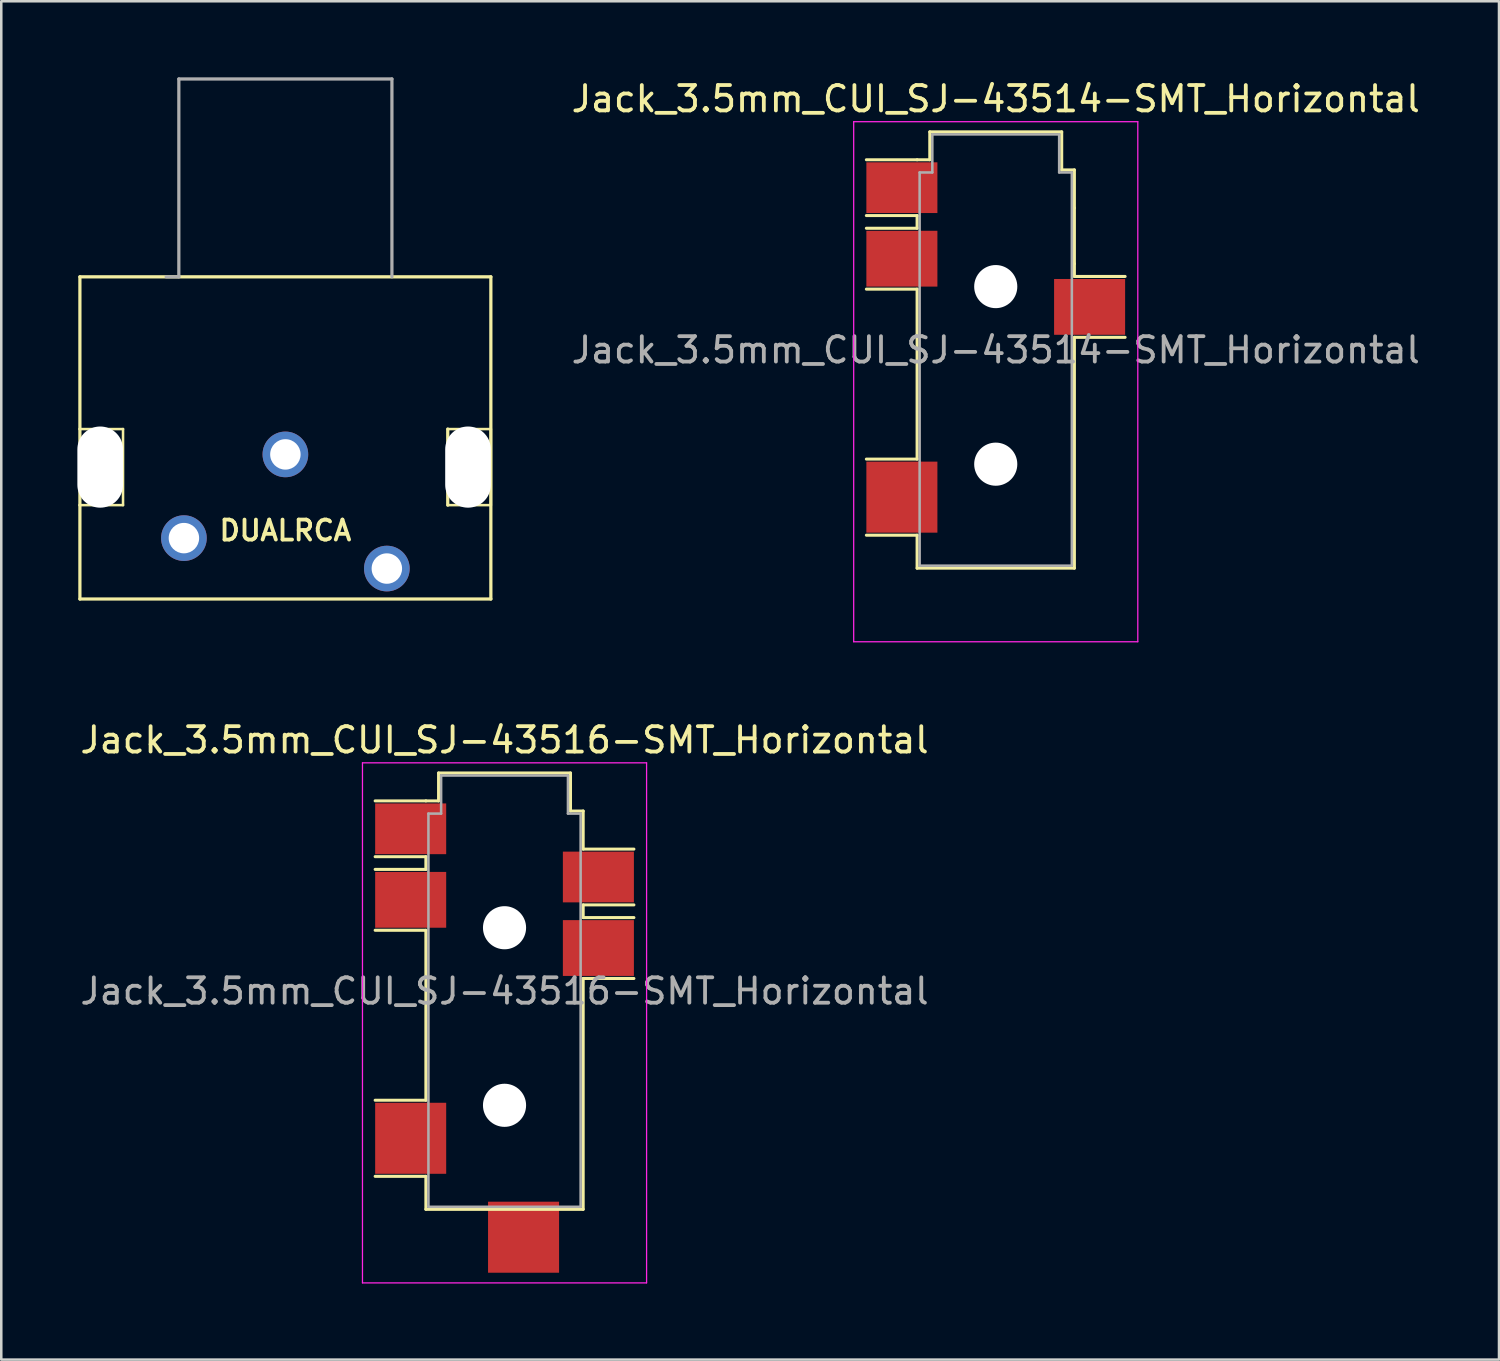
<source format=kicad_pcb>
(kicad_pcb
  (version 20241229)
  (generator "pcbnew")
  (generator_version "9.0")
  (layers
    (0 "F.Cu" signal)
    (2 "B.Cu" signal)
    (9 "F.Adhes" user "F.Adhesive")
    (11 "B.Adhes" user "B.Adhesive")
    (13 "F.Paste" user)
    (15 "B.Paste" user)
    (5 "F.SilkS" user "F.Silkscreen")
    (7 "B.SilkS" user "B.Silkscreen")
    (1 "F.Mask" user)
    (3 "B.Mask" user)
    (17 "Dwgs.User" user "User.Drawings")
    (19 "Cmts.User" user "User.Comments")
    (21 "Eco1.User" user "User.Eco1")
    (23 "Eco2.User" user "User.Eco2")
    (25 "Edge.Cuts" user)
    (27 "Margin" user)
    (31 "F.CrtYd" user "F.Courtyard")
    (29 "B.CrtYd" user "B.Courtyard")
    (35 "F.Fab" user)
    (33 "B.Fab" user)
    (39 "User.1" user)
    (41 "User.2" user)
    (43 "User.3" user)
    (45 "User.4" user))
  (footprint "Jack_3.5mm_CUI_SJ-43514-SMT_Horizontal"
    (layer "F.Cu")
    (at 36.203 10.748)
    (property "Reference" "Jack_3.5mm_CUI_SJ-43514-SMT_Horizontal" (at 0 -9.9 0) (layer "F.SilkS") (effects (font (size 1 1) (thickness 0.15))))
    (attr smd)
    (fp_line (start -3.1 -7.5) (end -5.1 -7.5) (stroke (width 0.12) (type solid)) (layer "F.SilkS"))
    (fp_line (start -3.1 -7.5) (end -2.6 -7.5) (stroke (width 0.12) (type solid)) (layer "F.SilkS"))
    (fp_line (start -3.1 -5.3) (end -5.1 -5.3) (stroke (width 0.12) (type solid)) (layer "F.SilkS"))
    (fp_line (start -3.1 -4.8) (end -5.1 -4.8) (stroke (width 0.12) (type solid)) (layer "F.SilkS"))
    (fp_line (start -3.1 -4.8) (end -3.1 -5.3) (stroke (width 0.12) (type solid)) (layer "F.SilkS"))
    (fp_line (start -3.1 -2.4) (end -5.1 -2.4) (stroke (width 0.12) (type solid)) (layer "F.SilkS"))
    (fp_line (start -3.1 4.3) (end -5.1 4.3) (stroke (width 0.12) (type solid)) (layer "F.SilkS"))
    (fp_line (start -3.1 4.3) (end -3.1 -2.4) (stroke (width 0.12) (type solid)) (layer "F.SilkS"))
    (fp_line (start -3.1 7.3) (end -5.1 7.3) (stroke (width 0.12) (type solid)) (layer "F.SilkS"))
    (fp_line (start -3.1 8.6) (end -3.1 7.3) (stroke (width 0.12) (type solid)) (layer "F.SilkS"))
    (fp_line (start -2.6 -8.6) (end 2.6 -8.6) (stroke (width 0.12) (type solid)) (layer "F.SilkS"))
    (fp_line (start -2.6 -7.5) (end -2.6 -8.6) (stroke (width 0.12) (type solid)) (layer "F.SilkS"))
    (fp_line (start 2.6 -8.6) (end 2.6 -7.1) (stroke (width 0.12) (type solid)) (layer "F.SilkS"))
    (fp_line (start 2.6 -7.1) (end 3.1 -7.1) (stroke (width 0.12) (type solid)) (layer "F.SilkS"))
    (fp_line (start 3.1 -7.1) (end 3.1 -5.6) (stroke (width 0.12) (type solid)) (layer "F.SilkS"))
    (fp_line (start 3.1 -5.6) (end 3.1 -3.4) (stroke (width 0.12) (type solid)) (layer "F.SilkS"))
    (fp_line (start 3.1 -3.4) (end 3.1 -2.9) (stroke (width 0.12) (type solid)) (layer "F.SilkS"))
    (fp_line (start 3.1 -0.5) (end 3.1 8.6) (stroke (width 0.12) (type solid)) (layer "F.SilkS"))
    (fp_line (start 3.1 8.6) (end -3.1 8.6) (stroke (width 0.12) (type solid)) (layer "F.SilkS"))
    (fp_line (start 5.1 -2.9) (end 3.1 -2.9) (stroke (width 0.12) (type solid)) (layer "F.SilkS"))
    (fp_line (start 5.1 -0.5) (end 3.1 -0.5) (stroke (width 0.12) (type solid)) (layer "F.SilkS"))
    (fp_line (start -5.6 -9) (end 5.6 -9) (stroke (width 0.05) (type solid)) (layer "F.CrtYd"))
    (fp_line (start -5.6 11.5) (end -5.6 -9) (stroke (width 0.05) (type solid)) (layer "F.CrtYd"))
    (fp_line (start 5.6 -9) (end 5.6 11.5) (stroke (width 0.05) (type solid)) (layer "F.CrtYd"))
    (fp_line (start 5.6 11.5) (end -5.6 11.5) (stroke (width 0.05) (type solid)) (layer "F.CrtYd"))
    (fp_line (start -3 -7) (end -2.5 -7) (stroke (width 0.1) (type solid)) (layer "F.Fab"))
    (fp_line (start -3 8.5) (end -3 -7) (stroke (width 0.1) (type solid)) (layer "F.Fab"))
    (fp_line (start -2.5 -8.5) (end 2.5 -8.5) (stroke (width 0.1) (type solid)) (layer "F.Fab"))
    (fp_line (start -2.5 -7) (end -2.5 -8.5) (stroke (width 0.1) (type solid)) (layer "F.Fab"))
    (fp_line (start 2.5 -8.5) (end 2.5 -7) (stroke (width 0.1) (type solid)) (layer "F.Fab"))
    (fp_line (start 2.5 -7) (end 3 -7) (stroke (width 0.1) (type solid)) (layer "F.Fab"))
    (fp_line (start 3 -7) (end 3 8.5) (stroke (width 0.1) (type solid)) (layer "F.Fab"))
    (fp_line (start 3 8.5) (end -3 8.5) (stroke (width 0.1) (type solid)) (layer "F.Fab"))
    (fp_text user "${REFERENCE}" (at 0 0 0) (layer "F.Fab") (effects (font (size 1 1) (thickness 0.15))))
    (pad "" np_thru_hole circle (at 0 -2.5) (size 1.7 1.7) (drill 1.7) (layers "*.Cu" "*.Mask"))
    (pad "" np_thru_hole circle (at 0 4.5) (size 1.7 1.7) (drill 1.7) (layers "*.Cu" "*.Mask"))
    (pad "R1" smd rect (at 3.7 -1.7) (size 2.8 2.2) (layers "F.Cu" "F.Mask" "F.Paste"))
    (pad "R2" smd rect (at -3.7 -3.6) (size 2.8 2.2) (layers "F.Cu" "F.Mask" "F.Paste"))
    (pad "S" smd rect (at -3.7 -6.4) (size 2.8 2) (layers "F.Cu" "F.Mask" "F.Paste"))
    (pad "T" smd rect (at -3.7 5.8) (size 2.8 2.8) (layers "F.Cu" "F.Mask" "F.Paste")))
  (footprint "DUALRCA"
    (layer "F.Cu")
    (at 8.2 17.863)
    (property "Reference" "DUALRCA" (at 0 0 0) (layer "F.SilkS") (effects (font (size 0.787 0.787) (thickness 0.15))))
    (attr through_hole)
    (fp_line (start -8.1 -10) (end -8.1 -4) (stroke (width 0.127) (type solid)) (layer "F.SilkS"))
    (fp_line (start -8.1 -4) (end -8.1 -1) (stroke (width 0.127) (type solid)) (layer "F.SilkS"))
    (fp_line (start -8.1 -1) (end -8.1 2.7) (stroke (width 0.127) (type solid)) (layer "F.SilkS"))
    (fp_line (start -8.1 -1) (end -6.4 -1) (stroke (width 0.1) (type solid)) (layer "F.SilkS"))
    (fp_line (start -8.1 2.7) (end 8.1 2.7) (stroke (width 0.127) (type solid)) (layer "F.SilkS"))
    (fp_line (start -6.4 -4) (end -8.1 -4) (stroke (width 0.1) (type solid)) (layer "F.SilkS"))
    (fp_line (start -6.4 -1) (end -6.4 -4) (stroke (width 0.1) (type solid)) (layer "F.SilkS"))
    (fp_line (start 6.4 -4) (end 6.4 -1) (stroke (width 0.127) (type solid)) (layer "F.SilkS"))
    (fp_line (start 6.4 -1) (end 8.1 -1) (stroke (width 0.1) (type solid)) (layer "F.SilkS"))
    (fp_line (start 8.1 -10) (end -8.1 -10) (stroke (width 0.127) (type solid)) (layer "F.SilkS"))
    (fp_line (start 8.1 -4) (end 6.4 -4) (stroke (width 0.1) (type solid)) (layer "F.SilkS"))
    (fp_line (start 8.1 -1) (end 8.1 -4) (stroke (width 0.1) (type solid)) (layer "F.SilkS"))
    (fp_line (start 8.1 2.7) (end 8.1 -10) (stroke (width 0.127) (type solid)) (layer "F.SilkS"))
    (fp_line (start -4.7 -10) (end -4.2 -10) (stroke (width 0.127) (type solid)) (layer "F.Fab"))
    (fp_line (start -4.2 -17.8) (end 4.2 -17.8) (stroke (width 0.127) (type solid)) (layer "F.Fab"))
    (fp_line (start -4.2 -10) (end -4.2 -17.8) (stroke (width 0.127) (type solid)) (layer "F.Fab"))
    (fp_line (start 4.2 -17.8) (end 4.2 -10) (stroke (width 0.127) (type solid)) (layer "F.Fab"))
    (pad "" np_thru_hole oval (at -7.3 -2.5) (size 1.8 3.2) (drill oval 1.8 3.2) (layers "*.Cu" "*.Mask"))
    (pad "" np_thru_hole oval (at 7.2 -2.5) (size 1.8 3.2) (drill oval 1.8 3.2) (layers "*.Cu" "*.Mask"))
    (pad "1" thru_hole circle (at 0 -3) (size 1.8 1.8) (drill 1.2) (layers "*.Cu" "*.Mask"))
    (pad "2" thru_hole circle (at -4 0.3) (size 1.8 1.8) (drill 1.2) (layers "*.Cu" "*.Mask"))
    (pad "3" thru_hole circle (at 4 1.5) (size 1.8 1.8) (drill 1.2) (layers "*.Cu" "*.Mask")))
  (footprint "Jack_3.5mm_CUI_SJ-43516-SMT_Horizontal"
    (layer "F.Cu")
    (at 16.839 36.022)
    (property "Reference" "Jack_3.5mm_CUI_SJ-43516-SMT_Horizontal" (at 0 -9.9 0) (layer "F.SilkS") (effects (font (size 1 1) (thickness 0.15))))
    (attr smd)
    (fp_line (start -3.1 -7.5) (end -5.1 -7.5) (stroke (width 0.12) (type solid)) (layer "F.SilkS"))
    (fp_line (start -3.1 -7.5) (end -2.6 -7.5) (stroke (width 0.12) (type solid)) (layer "F.SilkS"))
    (fp_line (start -3.1 -5.3) (end -5.1 -5.3) (stroke (width 0.12) (type solid)) (layer "F.SilkS"))
    (fp_line (start -3.1 -4.8) (end -5.1 -4.8) (stroke (width 0.12) (type solid)) (layer "F.SilkS"))
    (fp_line (start -3.1 -4.8) (end -3.1 -5.3) (stroke (width 0.12) (type solid)) (layer "F.SilkS"))
    (fp_line (start -3.1 -2.4) (end -5.1 -2.4) (stroke (width 0.12) (type solid)) (layer "F.SilkS"))
    (fp_line (start -3.1 4.3) (end -5.1 4.3) (stroke (width 0.12) (type solid)) (layer "F.SilkS"))
    (fp_line (start -3.1 4.3) (end -3.1 -2.4) (stroke (width 0.12) (type solid)) (layer "F.SilkS"))
    (fp_line (start -3.1 7.3) (end -5.1 7.3) (stroke (width 0.12) (type solid)) (layer "F.SilkS"))
    (fp_line (start -3.1 8.6) (end -3.1 7.3) (stroke (width 0.12) (type solid)) (layer "F.SilkS"))
    (fp_line (start -2.6 -8.6) (end 2.6 -8.6) (stroke (width 0.12) (type solid)) (layer "F.SilkS"))
    (fp_line (start -2.6 -7.5) (end -2.6 -8.6) (stroke (width 0.12) (type solid)) (layer "F.SilkS"))
    (fp_line (start 2.6 -8.6) (end 2.6 -7.1) (stroke (width 0.12) (type solid)) (layer "F.SilkS"))
    (fp_line (start 2.6 -7.1) (end 3.1 -7.1) (stroke (width 0.12) (type solid)) (layer "F.SilkS"))
    (fp_line (start 3.1 -7.1) (end 3.1 -5.6) (stroke (width 0.12) (type solid)) (layer "F.SilkS"))
    (fp_line (start 3.1 -3.4) (end 3.1 -2.9) (stroke (width 0.12) (type solid)) (layer "F.SilkS"))
    (fp_line (start 3.1 -0.5) (end 3.1 8.6) (stroke (width 0.12) (type solid)) (layer "F.SilkS"))
    (fp_line (start 3.1 8.6) (end -3.1 8.6) (stroke (width 0.12) (type solid)) (layer "F.SilkS"))
    (fp_line (start 5.1 -5.6) (end 3.1 -5.6) (stroke (width 0.12) (type solid)) (layer "F.SilkS"))
    (fp_line (start 5.1 -3.4) (end 3.1 -3.4) (stroke (width 0.12) (type solid)) (layer "F.SilkS"))
    (fp_line (start 5.1 -2.9) (end 3.1 -2.9) (stroke (width 0.12) (type solid)) (layer "F.SilkS"))
    (fp_line (start 5.1 -0.5) (end 3.1 -0.5) (stroke (width 0.12) (type solid)) (layer "F.SilkS"))
    (fp_line (start -5.6 -9) (end 5.6 -9) (stroke (width 0.05) (type solid)) (layer "F.CrtYd"))
    (fp_line (start -5.6 11.5) (end -5.6 -9) (stroke (width 0.05) (type solid)) (layer "F.CrtYd"))
    (fp_line (start 5.6 -9) (end 5.6 11.5) (stroke (width 0.05) (type solid)) (layer "F.CrtYd"))
    (fp_line (start 5.6 11.5) (end -5.6 11.5) (stroke (width 0.05) (type solid)) (layer "F.CrtYd"))
    (fp_line (start -3 -7) (end -2.5 -7) (stroke (width 0.1) (type solid)) (layer "F.Fab"))
    (fp_line (start -3 8.5) (end -3 -7) (stroke (width 0.1) (type solid)) (layer "F.Fab"))
    (fp_line (start -2.5 -8.5) (end 2.5 -8.5) (stroke (width 0.1) (type solid)) (layer "F.Fab"))
    (fp_line (start -2.5 -7) (end -2.5 -8.5) (stroke (width 0.1) (type solid)) (layer "F.Fab"))
    (fp_line (start 2.5 -8.5) (end 2.5 -7) (stroke (width 0.1) (type solid)) (layer "F.Fab"))
    (fp_line (start 2.5 -7) (end 3 -7) (stroke (width 0.1) (type solid)) (layer "F.Fab"))
    (fp_line (start 3 -7) (end 3 8.5) (stroke (width 0.1) (type solid)) (layer "F.Fab"))
    (fp_line (start 3 8.5) (end -3 8.5) (stroke (width 0.1) (type solid)) (layer "F.Fab"))
    (fp_text user "${REFERENCE}" (at 0 0 0) (layer "F.Fab") (effects (font (size 1 1) (thickness 0.15))))
    (pad "" np_thru_hole circle (at 0 -2.5) (size 1.7 1.7) (drill 1.7) (layers "*.Cu" "*.Mask"))
    (pad "" np_thru_hole circle (at 0 4.5) (size 1.7 1.7) (drill 1.7) (layers "*.Cu" "*.Mask"))
    (pad "R1" smd rect (at 3.7 -1.7) (size 2.8 2.2) (layers "F.Cu" "F.Mask" "F.Paste"))
    (pad "R2" smd rect (at -3.7 -3.6) (size 2.8 2.2) (layers "F.Cu" "F.Mask" "F.Paste"))
    (pad "RN" smd rect (at 3.7 -4.5) (size 2.8 2) (layers "F.Cu" "F.Mask" "F.Paste"))
    (pad "S" smd rect (at -3.7 -6.4) (size 2.8 2) (layers "F.Cu" "F.Mask" "F.Paste"))
    (pad "T" smd rect (at -3.7 5.8) (size 2.8 2.8) (layers "F.Cu" "F.Mask" "F.Paste"))
    (pad "TN" smd rect (at 0.75 9.7 90) (size 2.8 2.8) (layers "F.Cu" "F.Mask" "F.Paste")))
  (gr_rect
    (start -3 -3)
    (end 56.042 50.547)
    (stroke (width 0.1) (type default))
    (fill no)
    (layer "Edge.Cuts")))
</source>
